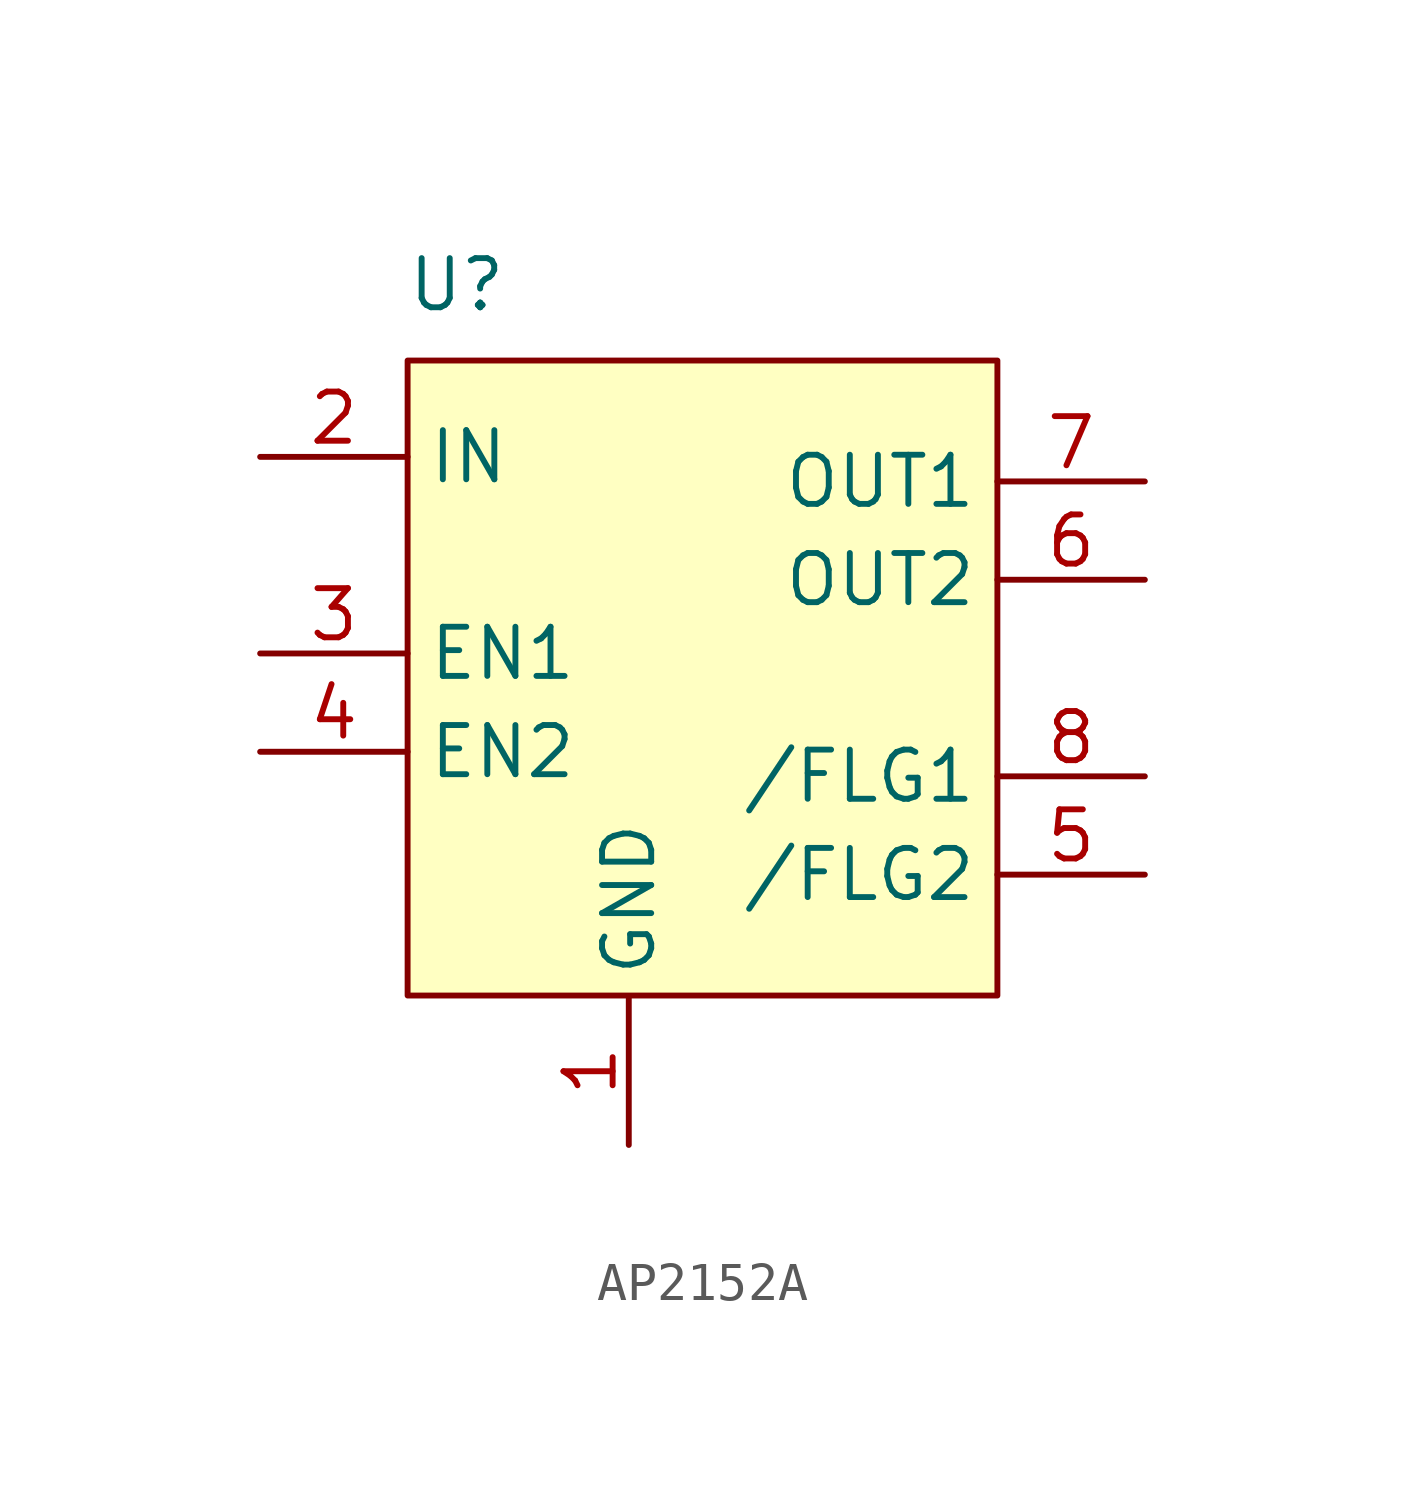
<source format=kicad_sym>
(kicad_symbol_lib
  (version 20220914)
  (generator kicad_symbol_editor)
  (symbol "AP2152A"
    (property "Reference" "U"
      (at -1.27 6.985 0)
      (effects (font (size 1.27 1.27))))
    (property "Value" ""
      (at -1.27 -2.54 0)
      (effects (font (size 1.27 1.27))))
    (symbol "AP2152A_1_1"
      (rectangle (start -2.54 5.029) (end 12.7 -11.379) (stroke (width 0) (type default)) (fill (type background)))
      (pin power_in line (at 3.175 -15.24 90) (length 3.81) (name "GND" (effects (font (size 1.27 1.27)))) (number "1" (effects (font (size 1.27 1.27)))))
      (pin input line (at -6.35 2.54 0) (length 3.81) (name "IN" (effects (font (size 1.27 1.27)))) (number "2" (effects (font (size 1.27 1.27)))))
      (pin input line (at -6.35 -2.54 0) (length 3.81) (name "EN1" (effects (font (size 1.27 1.27)))) (number "3" (effects (font (size 1.27 1.27)))))
      (pin input line (at -6.35 -5.08 0) (length 3.81) (name "EN2" (effects (font (size 1.27 1.27)))) (number "4" (effects (font (size 1.27 1.27)))))
      (pin output line (at 16.51 -8.255 180) (length 3.81) (name "/FLG2" (effects (font (size 1.27 1.27)))) (number "5" (effects (font (size 1.27 1.27)))))
      (pin output line (at 16.51 -0.635 180) (length 3.81) (name "OUT2" (effects (font (size 1.27 1.27)))) (number "6" (effects (font (size 1.27 1.27)))))
      (pin output line (at 16.51 1.905 180) (length 3.81) (name "OUT1" (effects (font (size 1.27 1.27)))) (number "7" (effects (font (size 1.27 1.27)))))
      (pin output line (at 16.51 -5.715 180) (length 3.81) (name "/FLG1" (effects (font (size 1.27 1.27)))) (number "8" (effects (font (size 1.27 1.27))))))))
</source>
